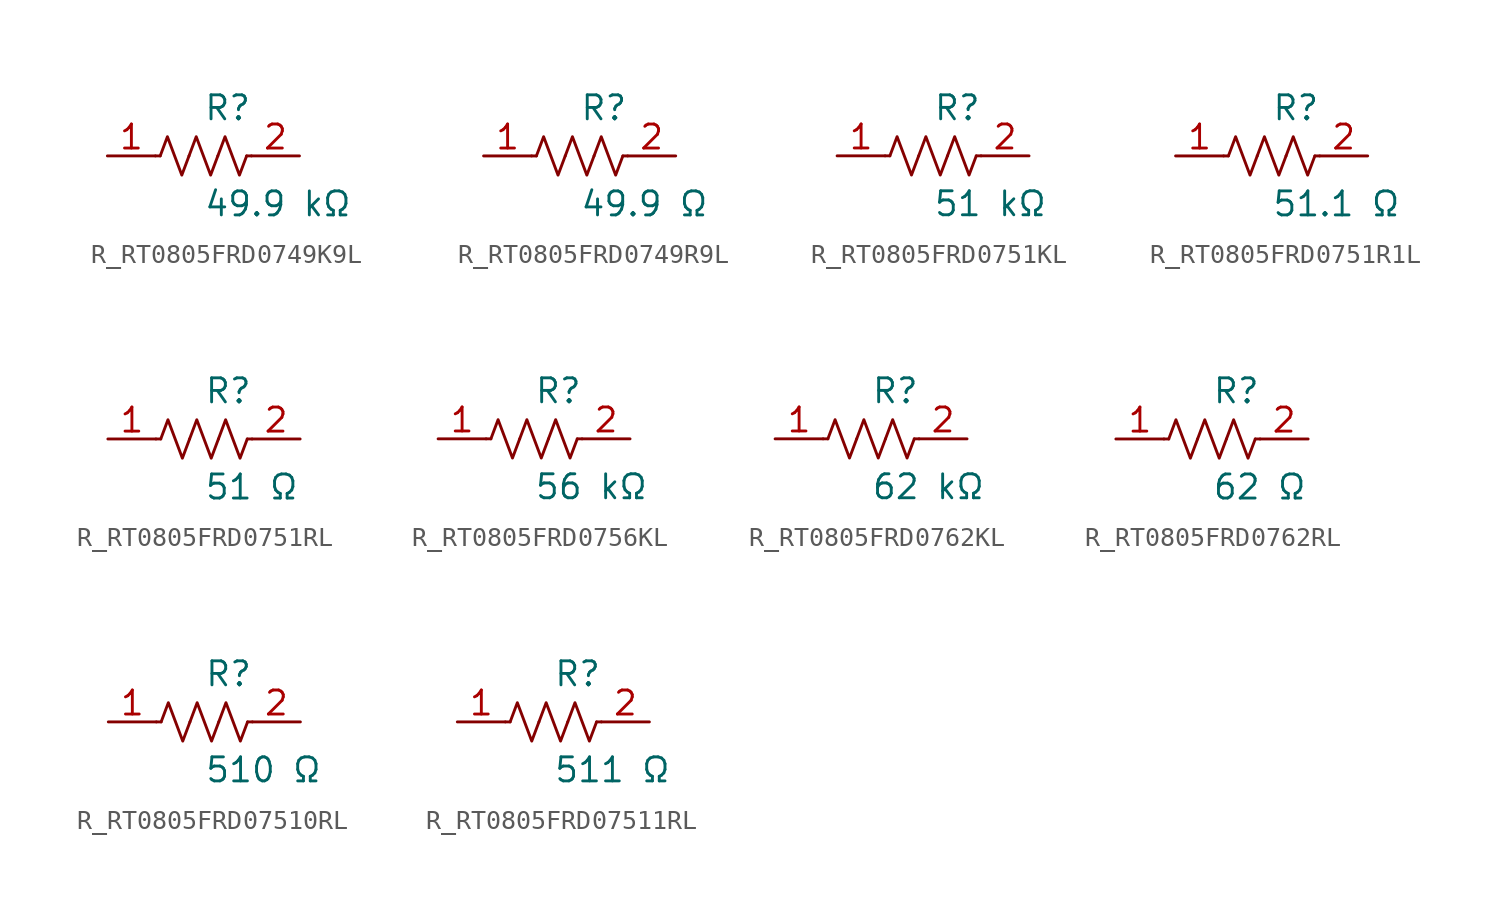
<source format=kicad_sym>
(kicad_symbol_lib
  (version 20231120)
  (generator kicad_symbol_editor)
  (generator_version 8.0)
  (symbol "R_RT0805FRD0749K9L"
    (pin_names
      (offset 0.254))
    (property "Reference" "R"
      (at 0 2.54 0)
      (effects (font (size 1.27 1.27)) (justify left)))
    (property "Value" "49.9 kΩ"
      (at 0 -2.54 0)
      (effects (font (size 1.27 1.27)) (justify left)))
    (symbol "R_RT0805FRD0749K9L_0_1"
      (polyline (pts (xy 2.286 0) (xy 2.54 0)) (stroke (width 0) (type default)) (fill (type none)))
      (polyline (pts (xy -2.286 0) (xy -2.54 0)) (stroke (width 0) (type default)) (fill (type none)))
      (polyline (pts (xy 0.762 0) (xy 1.143 1.016) (xy 1.524 0) (xy 1.905 -1.016) (xy 2.286 0)) (stroke (width 0) (type default)) (fill (type none)))
      (polyline (pts (xy -0.762 0) (xy -0.381 1.016) (xy 0 0) (xy 0.381 -1.016) (xy 0.762 0)) (stroke (width 0) (type default)) (fill (type none)))
      (polyline (pts (xy -2.286 0) (xy -1.905 1.016) (xy -1.524 0) (xy -1.143 -1.016) (xy -0.762 0)) (stroke (width 0) (type default)) (fill (type none))))
    (pin unspecified line
      (at -5.08 0 0)
      (length 2.54)
      (name "" (effects (font (size 1.27 1.27))))
      (number "1" (effects (font (size 1.27 1.27)))))
    (pin unspecified line
      (at 5.08 0 180)
      (length 2.54)
      (name "" (effects (font (size 1.27 1.27))))
      (number "2" (effects (font (size 1.27 1.27))))))
  (symbol "R_RT0805FRD0749R9L"
    (pin_names
      (offset 0.254))
    (property "Reference" "R"
      (at 0 2.54 0)
      (effects (font (size 1.27 1.27)) (justify left)))
    (property "Value" "49.9 Ω"
      (at 0 -2.54 0)
      (effects (font (size 1.27 1.27)) (justify left)))
    (symbol "R_RT0805FRD0749R9L_0_1"
      (polyline (pts (xy 2.286 0) (xy 2.54 0)) (stroke (width 0) (type default)) (fill (type none)))
      (polyline (pts (xy -2.286 0) (xy -2.54 0)) (stroke (width 0) (type default)) (fill (type none)))
      (polyline (pts (xy 0.762 0) (xy 1.143 1.016) (xy 1.524 0) (xy 1.905 -1.016) (xy 2.286 0)) (stroke (width 0) (type default)) (fill (type none)))
      (polyline (pts (xy -0.762 0) (xy -0.381 1.016) (xy 0 0) (xy 0.381 -1.016) (xy 0.762 0)) (stroke (width 0) (type default)) (fill (type none)))
      (polyline (pts (xy -2.286 0) (xy -1.905 1.016) (xy -1.524 0) (xy -1.143 -1.016) (xy -0.762 0)) (stroke (width 0) (type default)) (fill (type none))))
    (pin unspecified line
      (at -5.08 0 0)
      (length 2.54)
      (name "" (effects (font (size 1.27 1.27))))
      (number "1" (effects (font (size 1.27 1.27)))))
    (pin unspecified line
      (at 5.08 0 180)
      (length 2.54)
      (name "" (effects (font (size 1.27 1.27))))
      (number "2" (effects (font (size 1.27 1.27))))))
  (symbol "R_RT0805FRD0751KL"
    (pin_names
      (offset 0.254))
    (property "Reference" "R"
      (at 0 2.54 0)
      (effects (font (size 1.27 1.27)) (justify left)))
    (property "Value" "51 kΩ"
      (at 0 -2.54 0)
      (effects (font (size 1.27 1.27)) (justify left)))
    (symbol "R_RT0805FRD0751KL_0_1"
      (polyline (pts (xy 2.286 0) (xy 2.54 0)) (stroke (width 0) (type default)) (fill (type none)))
      (polyline (pts (xy -2.286 0) (xy -2.54 0)) (stroke (width 0) (type default)) (fill (type none)))
      (polyline (pts (xy 0.762 0) (xy 1.143 1.016) (xy 1.524 0) (xy 1.905 -1.016) (xy 2.286 0)) (stroke (width 0) (type default)) (fill (type none)))
      (polyline (pts (xy -0.762 0) (xy -0.381 1.016) (xy 0 0) (xy 0.381 -1.016) (xy 0.762 0)) (stroke (width 0) (type default)) (fill (type none)))
      (polyline (pts (xy -2.286 0) (xy -1.905 1.016) (xy -1.524 0) (xy -1.143 -1.016) (xy -0.762 0)) (stroke (width 0) (type default)) (fill (type none))))
    (pin unspecified line
      (at -5.08 0 0)
      (length 2.54)
      (name "" (effects (font (size 1.27 1.27))))
      (number "1" (effects (font (size 1.27 1.27)))))
    (pin unspecified line
      (at 5.08 0 180)
      (length 2.54)
      (name "" (effects (font (size 1.27 1.27))))
      (number "2" (effects (font (size 1.27 1.27))))))
  (symbol "R_RT0805FRD0751R1L"
    (pin_names
      (offset 0.254))
    (property "Reference" "R"
      (at 0 2.54 0)
      (effects (font (size 1.27 1.27)) (justify left)))
    (property "Value" "51.1 Ω"
      (at 0 -2.54 0)
      (effects (font (size 1.27 1.27)) (justify left)))
    (symbol "R_RT0805FRD0751R1L_0_1"
      (polyline (pts (xy 2.286 0) (xy 2.54 0)) (stroke (width 0) (type default)) (fill (type none)))
      (polyline (pts (xy -2.286 0) (xy -2.54 0)) (stroke (width 0) (type default)) (fill (type none)))
      (polyline (pts (xy 0.762 0) (xy 1.143 1.016) (xy 1.524 0) (xy 1.905 -1.016) (xy 2.286 0)) (stroke (width 0) (type default)) (fill (type none)))
      (polyline (pts (xy -0.762 0) (xy -0.381 1.016) (xy 0 0) (xy 0.381 -1.016) (xy 0.762 0)) (stroke (width 0) (type default)) (fill (type none)))
      (polyline (pts (xy -2.286 0) (xy -1.905 1.016) (xy -1.524 0) (xy -1.143 -1.016) (xy -0.762 0)) (stroke (width 0) (type default)) (fill (type none))))
    (pin unspecified line
      (at -5.08 0 0)
      (length 2.54)
      (name "" (effects (font (size 1.27 1.27))))
      (number "1" (effects (font (size 1.27 1.27)))))
    (pin unspecified line
      (at 5.08 0 180)
      (length 2.54)
      (name "" (effects (font (size 1.27 1.27))))
      (number "2" (effects (font (size 1.27 1.27))))))
  (symbol "R_RT0805FRD0751RL"
    (pin_names
      (offset 0.254))
    (property "Reference" "R"
      (at 0 2.54 0)
      (effects (font (size 1.27 1.27)) (justify left)))
    (property "Value" "51 Ω"
      (at 0 -2.54 0)
      (effects (font (size 1.27 1.27)) (justify left)))
    (symbol "R_RT0805FRD0751RL_0_1"
      (polyline (pts (xy 2.286 0) (xy 2.54 0)) (stroke (width 0) (type default)) (fill (type none)))
      (polyline (pts (xy -2.286 0) (xy -2.54 0)) (stroke (width 0) (type default)) (fill (type none)))
      (polyline (pts (xy 0.762 0) (xy 1.143 1.016) (xy 1.524 0) (xy 1.905 -1.016) (xy 2.286 0)) (stroke (width 0) (type default)) (fill (type none)))
      (polyline (pts (xy -0.762 0) (xy -0.381 1.016) (xy 0 0) (xy 0.381 -1.016) (xy 0.762 0)) (stroke (width 0) (type default)) (fill (type none)))
      (polyline (pts (xy -2.286 0) (xy -1.905 1.016) (xy -1.524 0) (xy -1.143 -1.016) (xy -0.762 0)) (stroke (width 0) (type default)) (fill (type none))))
    (pin unspecified line
      (at -5.08 0 0)
      (length 2.54)
      (name "" (effects (font (size 1.27 1.27))))
      (number "1" (effects (font (size 1.27 1.27)))))
    (pin unspecified line
      (at 5.08 0 180)
      (length 2.54)
      (name "" (effects (font (size 1.27 1.27))))
      (number "2" (effects (font (size 1.27 1.27))))))
  (symbol "R_RT0805FRD0756KL"
    (pin_names
      (offset 0.254))
    (property "Reference" "R"
      (at 0 2.54 0)
      (effects (font (size 1.27 1.27)) (justify left)))
    (property "Value" "56 kΩ"
      (at 0 -2.54 0)
      (effects (font (size 1.27 1.27)) (justify left)))
    (symbol "R_RT0805FRD0756KL_0_1"
      (polyline (pts (xy 2.286 0) (xy 2.54 0)) (stroke (width 0) (type default)) (fill (type none)))
      (polyline (pts (xy -2.286 0) (xy -2.54 0)) (stroke (width 0) (type default)) (fill (type none)))
      (polyline (pts (xy 0.762 0) (xy 1.143 1.016) (xy 1.524 0) (xy 1.905 -1.016) (xy 2.286 0)) (stroke (width 0) (type default)) (fill (type none)))
      (polyline (pts (xy -0.762 0) (xy -0.381 1.016) (xy 0 0) (xy 0.381 -1.016) (xy 0.762 0)) (stroke (width 0) (type default)) (fill (type none)))
      (polyline (pts (xy -2.286 0) (xy -1.905 1.016) (xy -1.524 0) (xy -1.143 -1.016) (xy -0.762 0)) (stroke (width 0) (type default)) (fill (type none))))
    (pin unspecified line
      (at -5.08 0 0)
      (length 2.54)
      (name "" (effects (font (size 1.27 1.27))))
      (number "1" (effects (font (size 1.27 1.27)))))
    (pin unspecified line
      (at 5.08 0 180)
      (length 2.54)
      (name "" (effects (font (size 1.27 1.27))))
      (number "2" (effects (font (size 1.27 1.27))))))
  (symbol "R_RT0805FRD0762KL"
    (pin_names
      (offset 0.254))
    (property "Reference" "R"
      (at 0 2.54 0)
      (effects (font (size 1.27 1.27)) (justify left)))
    (property "Value" "62 kΩ"
      (at 0 -2.54 0)
      (effects (font (size 1.27 1.27)) (justify left)))
    (symbol "R_RT0805FRD0762KL_0_1"
      (polyline (pts (xy 2.286 0) (xy 2.54 0)) (stroke (width 0) (type default)) (fill (type none)))
      (polyline (pts (xy -2.286 0) (xy -2.54 0)) (stroke (width 0) (type default)) (fill (type none)))
      (polyline (pts (xy 0.762 0) (xy 1.143 1.016) (xy 1.524 0) (xy 1.905 -1.016) (xy 2.286 0)) (stroke (width 0) (type default)) (fill (type none)))
      (polyline (pts (xy -0.762 0) (xy -0.381 1.016) (xy 0 0) (xy 0.381 -1.016) (xy 0.762 0)) (stroke (width 0) (type default)) (fill (type none)))
      (polyline (pts (xy -2.286 0) (xy -1.905 1.016) (xy -1.524 0) (xy -1.143 -1.016) (xy -0.762 0)) (stroke (width 0) (type default)) (fill (type none))))
    (pin unspecified line
      (at -5.08 0 0)
      (length 2.54)
      (name "" (effects (font (size 1.27 1.27))))
      (number "1" (effects (font (size 1.27 1.27)))))
    (pin unspecified line
      (at 5.08 0 180)
      (length 2.54)
      (name "" (effects (font (size 1.27 1.27))))
      (number "2" (effects (font (size 1.27 1.27))))))
  (symbol "R_RT0805FRD0762RL"
    (pin_names
      (offset 0.254))
    (property "Reference" "R"
      (at 0 2.54 0)
      (effects (font (size 1.27 1.27)) (justify left)))
    (property "Value" "62 Ω"
      (at 0 -2.54 0)
      (effects (font (size 1.27 1.27)) (justify left)))
    (symbol "R_RT0805FRD0762RL_0_1"
      (polyline (pts (xy 2.286 0) (xy 2.54 0)) (stroke (width 0) (type default)) (fill (type none)))
      (polyline (pts (xy -2.286 0) (xy -2.54 0)) (stroke (width 0) (type default)) (fill (type none)))
      (polyline (pts (xy 0.762 0) (xy 1.143 1.016) (xy 1.524 0) (xy 1.905 -1.016) (xy 2.286 0)) (stroke (width 0) (type default)) (fill (type none)))
      (polyline (pts (xy -0.762 0) (xy -0.381 1.016) (xy 0 0) (xy 0.381 -1.016) (xy 0.762 0)) (stroke (width 0) (type default)) (fill (type none)))
      (polyline (pts (xy -2.286 0) (xy -1.905 1.016) (xy -1.524 0) (xy -1.143 -1.016) (xy -0.762 0)) (stroke (width 0) (type default)) (fill (type none))))
    (pin unspecified line
      (at -5.08 0 0)
      (length 2.54)
      (name "" (effects (font (size 1.27 1.27))))
      (number "1" (effects (font (size 1.27 1.27)))))
    (pin unspecified line
      (at 5.08 0 180)
      (length 2.54)
      (name "" (effects (font (size 1.27 1.27))))
      (number "2" (effects (font (size 1.27 1.27))))))
  (symbol "R_RT0805FRD07510RL"
    (pin_names
      (offset 0.254))
    (property "Reference" "R"
      (at 0 2.54 0)
      (effects (font (size 1.27 1.27)) (justify left)))
    (property "Value" "510 Ω"
      (at 0 -2.54 0)
      (effects (font (size 1.27 1.27)) (justify left)))
    (symbol "R_RT0805FRD07510RL_0_1"
      (polyline (pts (xy 2.286 0) (xy 2.54 0)) (stroke (width 0) (type default)) (fill (type none)))
      (polyline (pts (xy -2.286 0) (xy -2.54 0)) (stroke (width 0) (type default)) (fill (type none)))
      (polyline (pts (xy 0.762 0) (xy 1.143 1.016) (xy 1.524 0) (xy 1.905 -1.016) (xy 2.286 0)) (stroke (width 0) (type default)) (fill (type none)))
      (polyline (pts (xy -0.762 0) (xy -0.381 1.016) (xy 0 0) (xy 0.381 -1.016) (xy 0.762 0)) (stroke (width 0) (type default)) (fill (type none)))
      (polyline (pts (xy -2.286 0) (xy -1.905 1.016) (xy -1.524 0) (xy -1.143 -1.016) (xy -0.762 0)) (stroke (width 0) (type default)) (fill (type none))))
    (pin unspecified line
      (at -5.08 0 0)
      (length 2.54)
      (name "" (effects (font (size 1.27 1.27))))
      (number "1" (effects (font (size 1.27 1.27)))))
    (pin unspecified line
      (at 5.08 0 180)
      (length 2.54)
      (name "" (effects (font (size 1.27 1.27))))
      (number "2" (effects (font (size 1.27 1.27))))))
  (symbol "R_RT0805FRD07511RL"
    (pin_names
      (offset 0.254))
    (property "Reference" "R"
      (at 0 2.54 0)
      (effects (font (size 1.27 1.27)) (justify left)))
    (property "Value" "511 Ω"
      (at 0 -2.54 0)
      (effects (font (size 1.27 1.27)) (justify left)))
    (symbol "R_RT0805FRD07511RL_0_1"
      (polyline (pts (xy 2.286 0) (xy 2.54 0)) (stroke (width 0) (type default)) (fill (type none)))
      (polyline (pts (xy -2.286 0) (xy -2.54 0)) (stroke (width 0) (type default)) (fill (type none)))
      (polyline (pts (xy 0.762 0) (xy 1.143 1.016) (xy 1.524 0) (xy 1.905 -1.016) (xy 2.286 0)) (stroke (width 0) (type default)) (fill (type none)))
      (polyline (pts (xy -0.762 0) (xy -0.381 1.016) (xy 0 0) (xy 0.381 -1.016) (xy 0.762 0)) (stroke (width 0) (type default)) (fill (type none)))
      (polyline (pts (xy -2.286 0) (xy -1.905 1.016) (xy -1.524 0) (xy -1.143 -1.016) (xy -0.762 0)) (stroke (width 0) (type default)) (fill (type none))))
    (pin unspecified line
      (at -5.08 0 0)
      (length 2.54)
      (name "" (effects (font (size 1.27 1.27))))
      (number "1" (effects (font (size 1.27 1.27)))))
    (pin unspecified line
      (at 5.08 0 180)
      (length 2.54)
      (name "" (effects (font (size 1.27 1.27))))
      (number "2" (effects (font (size 1.27 1.27)))))))
</source>
